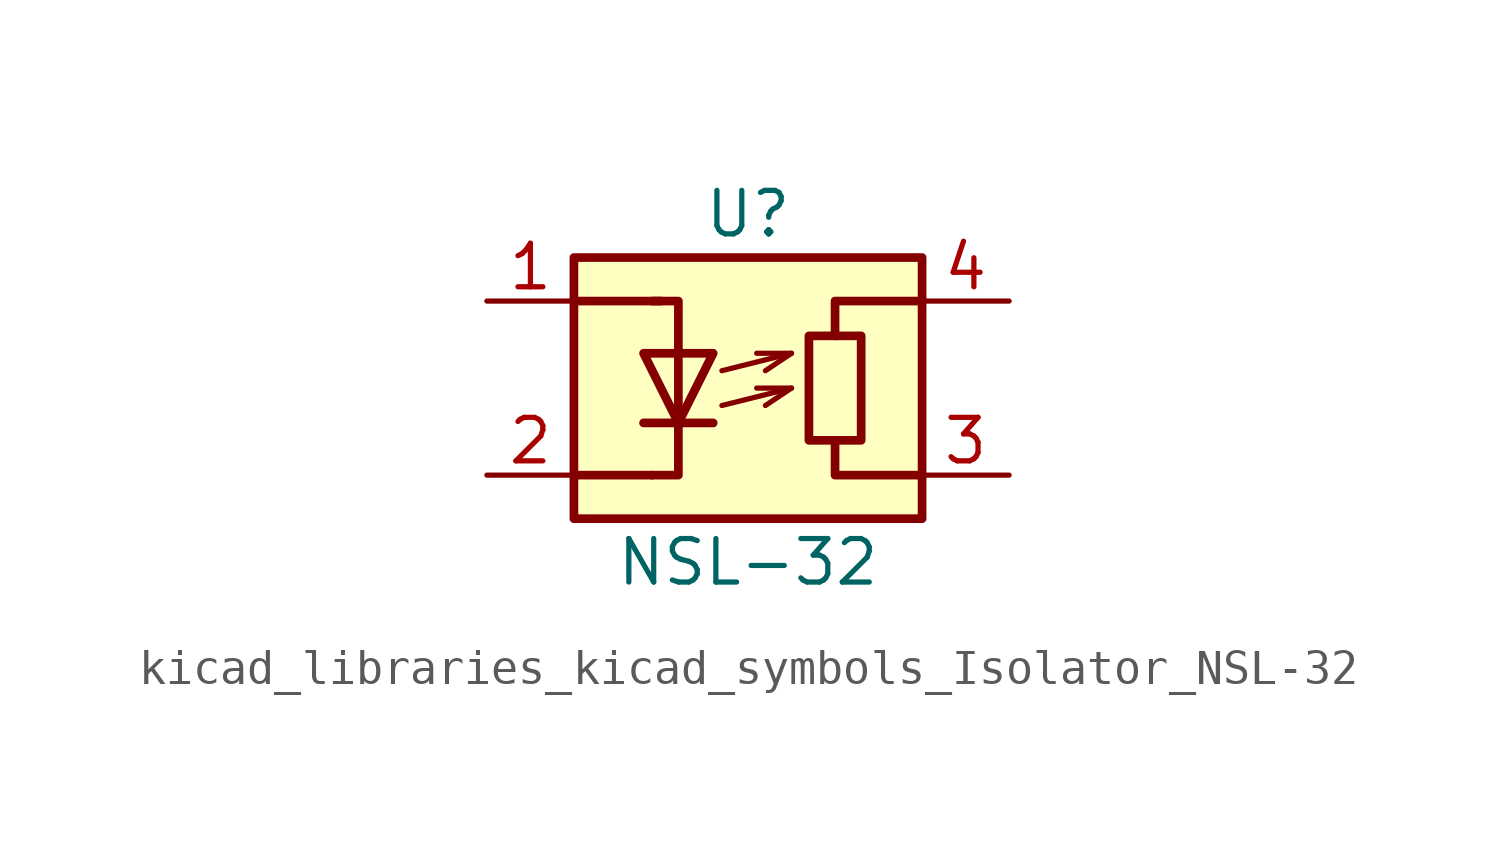
<source format=kicad_sym>
(kicad_symbol_lib
  (version 20220914)
  (generator kicad_symbol_editor)
  (symbol "kicad_libraries_kicad_symbols_Isolator_NSL-32"
    (pin_names
      (offset 0.762) hide)
    (property "Reference" "U"
      (at 0 5.08 0)
      (effects (font (size 1.27 1.27))))
    (property "Value" "NSL-32"
      (at 0 -5.08 0)
      (effects (font (size 1.27 1.27))))
    (symbol "kicad_libraries_kicad_symbols_Isolator_NSL-32_0_1"
      (rectangle (start -5.08 3.81) (end 5.08 -3.81) (stroke (width 0.254) (type default)) (fill (type background)))
      (polyline (pts (xy -5.08 2.54) (xy -2.54 2.54)) (stroke (width 0.254) (type default)) (fill (type none)))
      (polyline (pts (xy -2.794 -2.54) (xy -5.08 -2.54)) (stroke (width 0.254) (type default)) (fill (type none)))
      (polyline (pts (xy -1.016 -1.016) (xy -3.048 -1.016) (xy -3.048 -1.016)) (stroke (width 0.254) (type default)) (fill (type none)))
      (polyline (pts (xy -0.762 -0.508) (xy 1.27 0) (xy 1.27 0)) (stroke (width 0) (type default)) (fill (type none)))
      (polyline (pts (xy -0.762 0.508) (xy 1.27 1.016) (xy 1.27 1.016)) (stroke (width 0) (type default)) (fill (type none)))
      (polyline (pts (xy 2.54 -1.524) (xy 2.54 -2.54) (xy 5.08 -2.54)) (stroke (width 0.254) (type default)) (fill (type none)))
      (polyline (pts (xy 2.54 1.524) (xy 2.54 2.54) (xy 5.08 2.54)) (stroke (width 0.254) (type default)) (fill (type none)))
      (polyline (pts (xy -2.794 -2.54) (xy -2.032 -2.54) (xy -2.032 2.54) (xy -2.794 2.54)) (stroke (width 0.254) (type default)) (fill (type none)))
      (polyline (pts (xy 0.254 0) (xy 1.27 0) (xy 0.508 -0.508) (xy 0.508 -0.508)) (stroke (width 0) (type default)) (fill (type none)))
      (polyline (pts (xy 0.254 1.016) (xy 1.27 1.016) (xy 0.508 0.508) (xy 0.508 0.508)) (stroke (width 0) (type default)) (fill (type none)))
      (polyline (pts (xy -1.016 1.016) (xy -3.048 1.016) (xy -2.032 -1.016) (xy -1.016 1.016) (xy -1.016 1.016) (xy -1.016 1.016)) (stroke (width 0.254) (type default)) (fill (type none)))
      (rectangle (start 1.778 1.524) (end 3.302 -1.524) (stroke (width 0.254) (type default)) (fill (type none))))
    (symbol "kicad_libraries_kicad_symbols_Isolator_NSL-32_1_1"
      (pin passive line (at -7.62 2.54 0) (length 2.54) (name "A" (effects (font (size 1.27 1.27)))) (number "1" (effects (font (size 1.27 1.27)))))
      (pin passive line (at -7.62 -2.54 0) (length 2.54) (name "K" (effects (font (size 1.27 1.27)))) (number "2" (effects (font (size 1.27 1.27)))))
      (pin passive line (at 7.62 -2.54 180) (length 2.54) (name "R" (effects (font (size 1.27 1.27)))) (number "3" (effects (font (size 1.27 1.27)))))
      (pin passive line (at 7.62 2.54 180) (length 2.54) (name "R" (effects (font (size 1.27 1.27)))) (number "4" (effects (font (size 1.27 1.27))))))))
</source>
